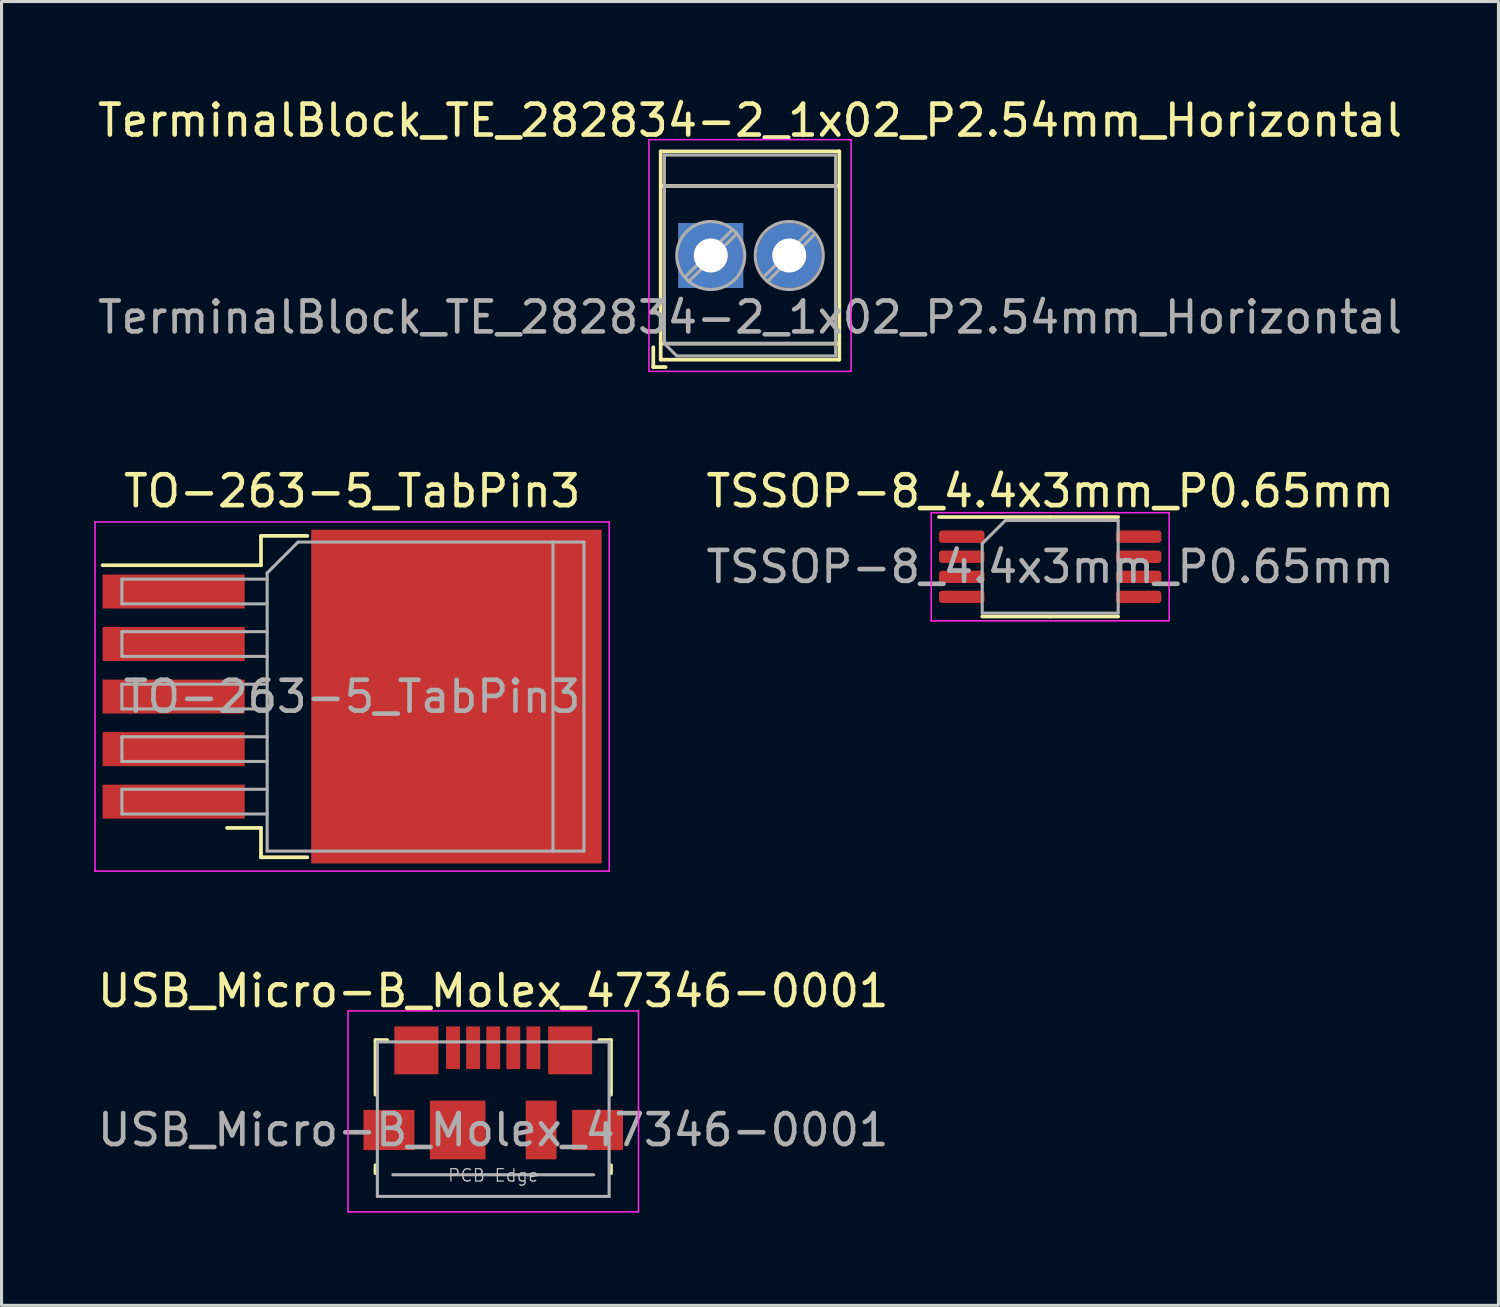
<source format=kicad_pcb>
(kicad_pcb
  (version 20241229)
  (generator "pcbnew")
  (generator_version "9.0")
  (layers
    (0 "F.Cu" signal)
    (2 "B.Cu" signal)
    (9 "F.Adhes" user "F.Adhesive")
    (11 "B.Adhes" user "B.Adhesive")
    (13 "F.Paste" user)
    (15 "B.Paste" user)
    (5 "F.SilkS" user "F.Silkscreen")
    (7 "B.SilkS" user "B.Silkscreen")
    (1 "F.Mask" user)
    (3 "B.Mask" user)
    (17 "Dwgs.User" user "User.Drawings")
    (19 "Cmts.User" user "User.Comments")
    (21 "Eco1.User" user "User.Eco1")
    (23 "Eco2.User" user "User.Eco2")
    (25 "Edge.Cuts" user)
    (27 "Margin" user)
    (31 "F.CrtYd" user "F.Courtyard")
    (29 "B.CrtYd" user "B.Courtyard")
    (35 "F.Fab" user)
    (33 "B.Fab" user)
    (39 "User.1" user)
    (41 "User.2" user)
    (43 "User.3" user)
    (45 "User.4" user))
  (footprint "TSSOP-8_4.4x3mm_P0.65mm"
    (layer "F.Cu")
    (at 30.934 15.291)
    (property "Reference" "TSSOP-8_4.4x3mm_P0.65mm" (at 0 -2.45 0) (layer "F.SilkS") (effects (font (size 1 1) (thickness 0.15))))
    (attr smd)
    (fp_line (start 0 -1.61) (end -3.6 -1.61) (stroke (width 0.12) (type solid)) (layer "F.SilkS"))
    (fp_line (start 0 -1.61) (end 2.2 -1.61) (stroke (width 0.12) (type solid)) (layer "F.SilkS"))
    (fp_line (start 0 1.61) (end -2.2 1.61) (stroke (width 0.12) (type solid)) (layer "F.SilkS"))
    (fp_line (start 0 1.61) (end 2.2 1.61) (stroke (width 0.12) (type solid)) (layer "F.SilkS"))
    (fp_line (start -3.85 -1.75) (end -3.85 1.75) (stroke (width 0.05) (type solid)) (layer "F.CrtYd"))
    (fp_line (start -3.85 1.75) (end 3.85 1.75) (stroke (width 0.05) (type solid)) (layer "F.CrtYd"))
    (fp_line (start 3.85 -1.75) (end -3.85 -1.75) (stroke (width 0.05) (type solid)) (layer "F.CrtYd"))
    (fp_line (start 3.85 1.75) (end 3.85 -1.75) (stroke (width 0.05) (type solid)) (layer "F.CrtYd"))
    (fp_line (start -2.2 -0.75) (end -1.45 -1.5) (stroke (width 0.1) (type solid)) (layer "F.Fab"))
    (fp_line (start -2.2 1.5) (end -2.2 -0.75) (stroke (width 0.1) (type solid)) (layer "F.Fab"))
    (fp_line (start -1.45 -1.5) (end 2.2 -1.5) (stroke (width 0.1) (type solid)) (layer "F.Fab"))
    (fp_line (start 2.2 -1.5) (end 2.2 1.5) (stroke (width 0.1) (type solid)) (layer "F.Fab"))
    (fp_line (start 2.2 1.5) (end -2.2 1.5) (stroke (width 0.1) (type solid)) (layer "F.Fab"))
    (fp_text user "${REFERENCE}" (at 0 0 0) (layer "F.Fab") (effects (font (size 1 1) (thickness 0.15))))
    (pad "1" smd roundrect (at -2.862 -0.975) (size 1.475 0.4) (layers "F.Cu" "F.Mask" "F.Paste") (roundrect_rratio 0.25))
    (pad "2" smd roundrect (at -2.862 -0.325) (size 1.475 0.4) (layers "F.Cu" "F.Mask" "F.Paste") (roundrect_rratio 0.25))
    (pad "3" smd roundrect (at -2.862 0.325) (size 1.475 0.4) (layers "F.Cu" "F.Mask" "F.Paste") (roundrect_rratio 0.25))
    (pad "4" smd roundrect (at -2.862 0.975) (size 1.475 0.4) (layers "F.Cu" "F.Mask" "F.Paste") (roundrect_rratio 0.25))
    (pad "5" smd roundrect (at 2.862 0.975) (size 1.475 0.4) (layers "F.Cu" "F.Mask" "F.Paste") (roundrect_rratio 0.25))
    (pad "6" smd roundrect (at 2.862 0.325) (size 1.475 0.4) (layers "F.Cu" "F.Mask" "F.Paste") (roundrect_rratio 0.25))
    (pad "7" smd roundrect (at 2.862 -0.325) (size 1.475 0.4) (layers "F.Cu" "F.Mask" "F.Paste") (roundrect_rratio 0.25))
    (pad "8" smd roundrect (at 2.862 -0.975) (size 1.475 0.4) (layers "F.Cu" "F.Mask" "F.Paste") (roundrect_rratio 0.25)))
  (footprint "TO-263-5_TabPin3"
    (layer "F.Cu")
    (at 8.345 19.491)
    (property "Reference" "TO-263-5_TabPin3" (at 0 -6.65 0) (layer "F.SilkS") (effects (font (size 1 1) (thickness 0.15))))
    (attr smd)
    (fp_line (start -2.95 -5.2) (end -2.95 -4.25) (stroke (width 0.12) (type solid)) (layer "F.SilkS"))
    (fp_line (start -2.95 -4.25) (end -8.075 -4.25) (stroke (width 0.12) (type solid)) (layer "F.SilkS"))
    (fp_line (start -2.95 4.25) (end -4.05 4.25) (stroke (width 0.12) (type solid)) (layer "F.SilkS"))
    (fp_line (start -2.95 5.2) (end -2.95 4.25) (stroke (width 0.12) (type solid)) (layer "F.SilkS"))
    (fp_line (start -1.45 -5.2) (end -2.95 -5.2) (stroke (width 0.12) (type solid)) (layer "F.SilkS"))
    (fp_line (start -1.45 5.2) (end -2.95 5.2) (stroke (width 0.12) (type solid)) (layer "F.SilkS"))
    (fp_line (start -8.32 -5.65) (end -8.32 5.65) (stroke (width 0.05) (type solid)) (layer "F.CrtYd"))
    (fp_line (start -8.32 5.65) (end 8.32 5.65) (stroke (width 0.05) (type solid)) (layer "F.CrtYd"))
    (fp_line (start 8.32 -5.65) (end -8.32 -5.65) (stroke (width 0.05) (type solid)) (layer "F.CrtYd"))
    (fp_line (start 8.32 5.65) (end 8.32 -5.65) (stroke (width 0.05) (type solid)) (layer "F.CrtYd"))
    (fp_line (start -7.45 -3.8) (end -7.45 -3) (stroke (width 0.1) (type solid)) (layer "F.Fab"))
    (fp_line (start -7.45 -3) (end -2.75 -3) (stroke (width 0.1) (type solid)) (layer "F.Fab"))
    (fp_line (start -7.45 -2.1) (end -7.45 -1.3) (stroke (width 0.1) (type solid)) (layer "F.Fab"))
    (fp_line (start -7.45 -1.3) (end -2.75 -1.3) (stroke (width 0.1) (type solid)) (layer "F.Fab"))
    (fp_line (start -7.45 -0.4) (end -7.45 0.4) (stroke (width 0.1) (type solid)) (layer "F.Fab"))
    (fp_line (start -7.45 0.4) (end -2.75 0.4) (stroke (width 0.1) (type solid)) (layer "F.Fab"))
    (fp_line (start -7.45 1.3) (end -7.45 2.1) (stroke (width 0.1) (type solid)) (layer "F.Fab"))
    (fp_line (start -7.45 2.1) (end -2.75 2.1) (stroke (width 0.1) (type solid)) (layer "F.Fab"))
    (fp_line (start -7.45 3) (end -7.45 3.8) (stroke (width 0.1) (type solid)) (layer "F.Fab"))
    (fp_line (start -7.45 3.8) (end -2.75 3.8) (stroke (width 0.1) (type solid)) (layer "F.Fab"))
    (fp_line (start -2.75 -4) (end -1.75 -5) (stroke (width 0.1) (type solid)) (layer "F.Fab"))
    (fp_line (start -2.75 -3.8) (end -7.45 -3.8) (stroke (width 0.1) (type solid)) (layer "F.Fab"))
    (fp_line (start -2.75 -2.1) (end -7.45 -2.1) (stroke (width 0.1) (type solid)) (layer "F.Fab"))
    (fp_line (start -2.75 -0.4) (end -7.45 -0.4) (stroke (width 0.1) (type solid)) (layer "F.Fab"))
    (fp_line (start -2.75 1.3) (end -7.45 1.3) (stroke (width 0.1) (type solid)) (layer "F.Fab"))
    (fp_line (start -2.75 3) (end -7.45 3) (stroke (width 0.1) (type solid)) (layer "F.Fab"))
    (fp_line (start -2.75 5) (end -2.75 -4) (stroke (width 0.1) (type solid)) (layer "F.Fab"))
    (fp_line (start -1.75 -5) (end 6.5 -5) (stroke (width 0.1) (type solid)) (layer "F.Fab"))
    (fp_line (start 6.5 -5) (end 6.5 5) (stroke (width 0.1) (type solid)) (layer "F.Fab"))
    (fp_line (start 6.5 -5) (end 7.5 -5) (stroke (width 0.1) (type solid)) (layer "F.Fab"))
    (fp_line (start 6.5 5) (end -2.75 5) (stroke (width 0.1) (type solid)) (layer "F.Fab"))
    (fp_line (start 7.5 -5) (end 7.5 5) (stroke (width 0.1) (type solid)) (layer "F.Fab"))
    (fp_line (start 7.5 5) (end 6.5 5) (stroke (width 0.1) (type solid)) (layer "F.Fab"))
    (fp_text user "${REFERENCE}" (at 0 0 0) (layer "F.Fab") (effects (font (size 1 1) (thickness 0.15))))
    (pad "" smd rect (at 0.95 -2.775) (size 4.55 5.25) (layers "F.Paste"))
    (pad "" smd rect (at 0.95 2.775) (size 4.55 5.25) (layers "F.Paste"))
    (pad "" smd rect (at 5.8 -2.775) (size 4.55 5.25) (layers "F.Paste"))
    (pad "" smd rect (at 5.8 2.775) (size 4.55 5.25) (layers "F.Paste"))
    (pad "1" smd rect (at -5.775 -3.4) (size 4.6 1.1) (layers "F.Cu" "F.Mask" "F.Paste"))
    (pad "2" smd rect (at -5.775 -1.7) (size 4.6 1.1) (layers "F.Cu" "F.Mask" "F.Paste"))
    (pad "3" smd rect (at -5.775 0) (size 4.6 1.1) (layers "F.Cu" "F.Mask" "F.Paste"))
    (pad "3" smd rect (at 3.375 0) (size 9.4 10.8) (layers "F.Cu" "F.Mask"))
    (pad "4" smd rect (at -5.775 1.7) (size 4.6 1.1) (layers "F.Cu" "F.Mask" "F.Paste"))
    (pad "5" smd rect (at -5.775 3.4) (size 4.6 1.1) (layers "F.Cu" "F.Mask" "F.Paste")))
  (footprint "USB_Micro-B_Molex_47346-0001"
    (layer "F.Cu")
    (at 12.911 32.315)
    (property "Reference" "USB_Micro-B_Molex_47346-0001" (at 0 -3.3 180) (layer "F.SilkS") (effects (font (size 1 1) (thickness 0.15))))
    (attr smd)
    (fp_line (start -3.81 -1.71) (end -3.43 -1.71) (stroke (width 0.12) (type solid)) (layer "F.SilkS"))
    (fp_line (start -3.81 0.06) (end -3.81 -1.71) (stroke (width 0.12) (type solid)) (layer "F.SilkS"))
    (fp_line (start -3.81 2.6) (end -3.81 2.34) (stroke (width 0.12) (type solid)) (layer "F.SilkS"))
    (fp_line (start 3.81 -1.71) (end 3.43 -1.71) (stroke (width 0.12) (type solid)) (layer "F.SilkS"))
    (fp_line (start 3.81 -1.71) (end 3.81 0.06) (stroke (width 0.12) (type solid)) (layer "F.SilkS"))
    (fp_line (start 3.81 2.34) (end 3.81 2.6) (stroke (width 0.12) (type solid)) (layer "F.SilkS"))
    (fp_line (start -4.7 -2.65) (end 4.7 -2.65) (stroke (width 0.05) (type solid)) (layer "F.CrtYd"))
    (fp_line (start -4.7 3.85) (end -4.7 -2.65) (stroke (width 0.05) (type solid)) (layer "F.CrtYd"))
    (fp_line (start 4.7 -2.65) (end 4.7 3.85) (stroke (width 0.05) (type solid)) (layer "F.CrtYd"))
    (fp_line (start 4.7 3.85) (end -4.7 3.85) (stroke (width 0.05) (type solid)) (layer "F.CrtYd"))
    (fp_line (start -3.75 -1.65) (end 3.75 -1.65) (stroke (width 0.1) (type solid)) (layer "F.Fab"))
    (fp_line (start -3.75 3.35) (end -3.75 -1.65) (stroke (width 0.1) (type solid)) (layer "F.Fab"))
    (fp_line (start -3.25 2.65) (end 3.25 2.65) (stroke (width 0.1) (type solid)) (layer "F.Fab"))
    (fp_line (start 3.75 -1.65) (end 3.75 3.35) (stroke (width 0.1) (type solid)) (layer "F.Fab"))
    (fp_line (start 3.75 3.35) (end -3.75 3.35) (stroke (width 0.1) (type solid)) (layer "F.Fab"))
    (fp_text user "PCB Edge" (at 0 2.67 180) (layer "Dwgs.User") (effects (font (size 0.4 0.4) (thickness 0.04))))
    (fp_text user "${REFERENCE}" (at 0 1.2 0) (layer "F.Fab") (effects (font (size 1 1) (thickness 0.15))))
    (pad "1" smd rect (at -1.3 -1.46) (size 0.45 1.38) (layers "F.Cu" "F.Mask" "F.Paste"))
    (pad "2" smd rect (at -0.65 -1.46) (size 0.45 1.38) (layers "F.Cu" "F.Mask" "F.Paste"))
    (pad "3" smd rect (at 0 -1.46) (size 0.45 1.38) (layers "F.Cu" "F.Mask" "F.Paste"))
    (pad "4" smd rect (at 0.65 -1.46) (size 0.45 1.38) (layers "F.Cu" "F.Mask" "F.Paste"))
    (pad "5" smd rect (at 1.3 -1.46) (size 0.45 1.38) (layers "F.Cu" "F.Mask" "F.Paste"))
    (pad "6" smd rect (at -3.375 1.2) (size 1.65 1.3) (layers "F.Cu" "F.Mask" "F.Paste"))
    (pad "6" smd rect (at -2.487 -1.375) (size 1.425 1.55) (layers "F.Cu" "F.Mask" "F.Paste"))
    (pad "6" smd rect (at -1.15 1.2) (size 1.8 1.9) (layers "F.Cu" "F.Mask" "F.Paste"))
    (pad "6" smd rect (at 1.55 1.2) (size 1 1.9) (layers "F.Cu" "F.Mask" "F.Paste"))
    (pad "6" smd rect (at 2.487 -1.375) (size 1.425 1.55) (layers "F.Cu" "F.Mask" "F.Paste"))
    (pad "6" smd rect (at 3.375 1.2) (size 1.65 1.3) (layers "F.Cu" "F.Mask" "F.Paste")))
  (footprint "TerminalBlock_TE_282834-2_1x02_P2.54mm_Horizontal"
    (layer "F.Cu")
    (at 19.95 5.218)
    (property "Reference" "TerminalBlock_TE_282834-2_1x02_P2.54mm_Horizontal" (at 1.27 -4.37 0) (layer "F.SilkS") (effects (font (size 1 1) (thickness 0.15))))
    (attr through_hole)
    (fp_line (start -1.86 2.97) (end -1.86 3.61) (stroke (width 0.12) (type solid)) (layer "F.SilkS"))
    (fp_line (start -1.86 3.61) (end -1.46 3.61) (stroke (width 0.12) (type solid)) (layer "F.SilkS"))
    (fp_line (start -1.62 -3.37) (end -1.62 3.37) (stroke (width 0.12) (type solid)) (layer "F.SilkS"))
    (fp_line (start -1.62 -3.37) (end 4.16 -3.37) (stroke (width 0.12) (type solid)) (layer "F.SilkS"))
    (fp_line (start -1.62 -2.25) (end 4.16 -2.25) (stroke (width 0.12) (type solid)) (layer "F.SilkS"))
    (fp_line (start -1.62 2.85) (end 4.16 2.85) (stroke (width 0.12) (type solid)) (layer "F.SilkS"))
    (fp_line (start -1.62 3.37) (end 4.16 3.37) (stroke (width 0.12) (type solid)) (layer "F.SilkS"))
    (fp_line (start 4.16 -3.37) (end 4.16 3.37) (stroke (width 0.12) (type solid)) (layer "F.SilkS"))
    (fp_line (start -2 -3.75) (end -2 3.75) (stroke (width 0.05) (type solid)) (layer "F.CrtYd"))
    (fp_line (start -2 3.75) (end 4.54 3.75) (stroke (width 0.05) (type solid)) (layer "F.CrtYd"))
    (fp_line (start 4.54 -3.75) (end -2 -3.75) (stroke (width 0.05) (type solid)) (layer "F.CrtYd"))
    (fp_line (start 4.54 3.75) (end 4.54 -3.75) (stroke (width 0.05) (type solid)) (layer "F.CrtYd"))
    (fp_line (start -1.5 -3.25) (end 4.04 -3.25) (stroke (width 0.1) (type solid)) (layer "F.Fab"))
    (fp_line (start -1.5 -2.25) (end 4.04 -2.25) (stroke (width 0.1) (type solid)) (layer "F.Fab"))
    (fp_line (start -1.5 2.85) (end -1.5 -3.25) (stroke (width 0.1) (type solid)) (layer "F.Fab"))
    (fp_line (start -1.5 2.85) (end 4.04 2.85) (stroke (width 0.1) (type solid)) (layer "F.Fab"))
    (fp_line (start -1.1 3.25) (end -1.5 2.85) (stroke (width 0.1) (type solid)) (layer "F.Fab"))
    (fp_line (start 0.701 -0.835) (end -0.835 0.7) (stroke (width 0.1) (type solid)) (layer "F.Fab"))
    (fp_line (start 0.835 -0.7) (end -0.701 0.835) (stroke (width 0.1) (type solid)) (layer "F.Fab"))
    (fp_line (start 3.241 -0.835) (end 1.706 0.7) (stroke (width 0.1) (type solid)) (layer "F.Fab"))
    (fp_line (start 3.375 -0.7) (end 1.84 0.835) (stroke (width 0.1) (type solid)) (layer "F.Fab"))
    (fp_line (start 4.04 -3.25) (end 4.04 3.25) (stroke (width 0.1) (type solid)) (layer "F.Fab"))
    (fp_line (start 4.04 3.25) (end -1.1 3.25) (stroke (width 0.1) (type solid)) (layer "F.Fab"))
    (fp_circle (center 0 0) (end 1.1 0) (stroke (width 0.1) (type solid)) (fill no) (layer "F.Fab"))
    (fp_circle (center 2.54 0) (end 3.64 0) (stroke (width 0.1) (type solid)) (fill no) (layer "F.Fab"))
    (fp_text user "${REFERENCE}" (at 1.27 2 0) (layer "F.Fab") (effects (font (size 1 1) (thickness 0.15))))
    (pad "1" thru_hole rect (at 0 0) (size 2.1 2.1) (drill 1.1) (layers "*.Cu" "*.Mask"))
    (pad "2" thru_hole circle (at 2.54 0) (size 2.1 2.1) (drill 1.1) (layers "*.Cu" "*.Mask")))
  (gr_rect
    (start -3 -3)
    (end 45.44 39.19)
    (stroke (width 0.1) (type default))
    (fill no)
    (layer "Edge.Cuts")))
</source>
